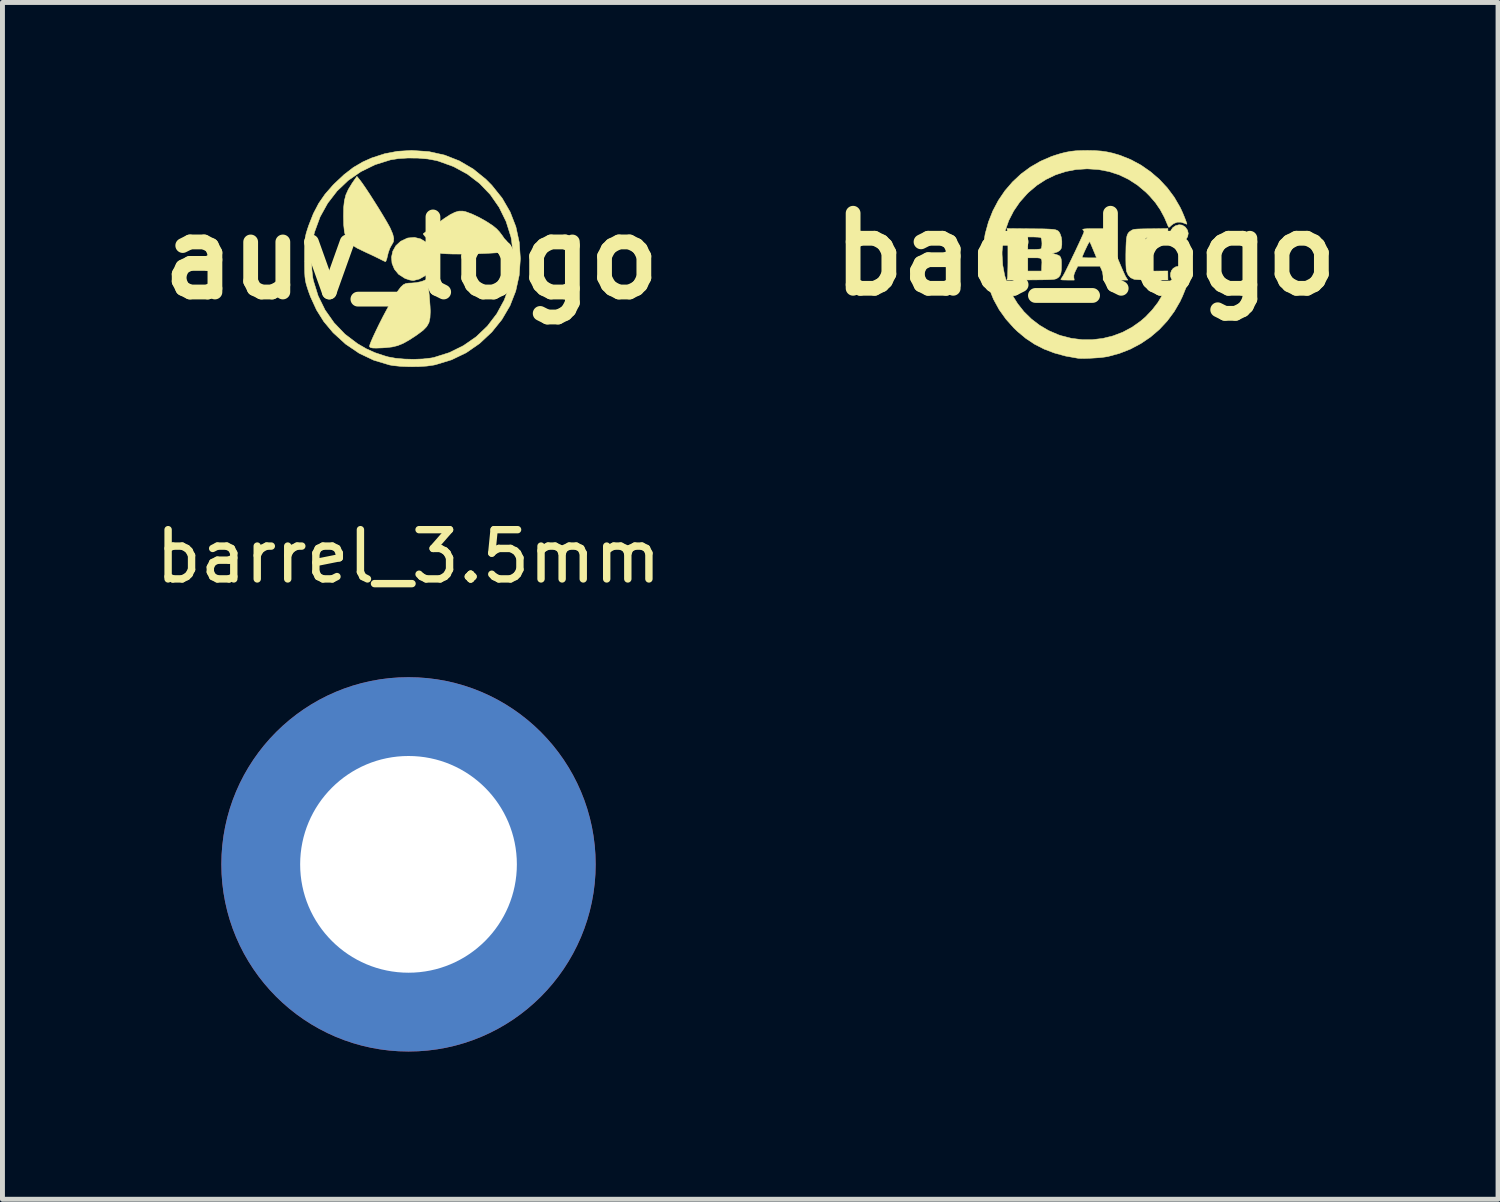
<source format=kicad_pcb>
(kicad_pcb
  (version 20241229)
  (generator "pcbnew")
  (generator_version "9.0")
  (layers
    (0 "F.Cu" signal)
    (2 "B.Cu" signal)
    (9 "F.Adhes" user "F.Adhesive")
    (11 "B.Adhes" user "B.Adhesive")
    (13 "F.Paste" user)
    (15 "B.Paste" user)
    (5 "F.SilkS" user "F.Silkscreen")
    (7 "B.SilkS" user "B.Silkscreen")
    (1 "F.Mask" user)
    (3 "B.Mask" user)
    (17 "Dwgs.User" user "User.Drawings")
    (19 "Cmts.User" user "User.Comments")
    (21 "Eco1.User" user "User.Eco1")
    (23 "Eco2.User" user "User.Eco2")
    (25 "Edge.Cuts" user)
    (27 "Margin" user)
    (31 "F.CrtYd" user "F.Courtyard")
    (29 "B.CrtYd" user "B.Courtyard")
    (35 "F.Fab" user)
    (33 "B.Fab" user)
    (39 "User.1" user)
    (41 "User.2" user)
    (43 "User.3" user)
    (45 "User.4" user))
  (footprint "bac_logo"
    (layer "F.Cu")
    (at 18.988 2.114)
    (property "Reference" "bac_logo" (at 0 0 0) (layer "F.SilkS") (effects (font (size 1.524 1.524) (thickness 0.3))))
    (fp_poly (pts (xy 1.964 -0.594) (xy 2.02 -0.559) (xy 2.031 -0.549) (xy 2.072 -0.49) (xy 2.087 -0.426) (xy 2.075 -0.36) (xy 2.037 -0.298) (xy 2.034 -0.294) (xy 1.984 -0.258) (xy 1.923 -0.242) (xy 1.858 -0.247) (xy 1.81 -0.267) (xy 1.759 -0.313) (xy 1.73 -0.37) (xy 1.723 -0.431) (xy 1.738 -0.491) (xy 1.774 -0.543) (xy 1.831 -0.582) (xy 1.831 -0.582) (xy 1.901 -0.601) (xy 1.964 -0.594)) (stroke (width 0.01) (type solid)) (fill yes) (layer "F.SilkS"))
    (fp_poly (pts (xy 1.971 0.251) (xy 2.024 0.282) (xy 2.061 0.328) (xy 2.083 0.382) (xy 2.086 0.44) (xy 2.071 0.496) (xy 2.036 0.545) (xy 1.984 0.58) (xy 1.936 0.599) (xy 1.9 0.604) (xy 1.864 0.596) (xy 1.841 0.587) (xy 1.783 0.548) (xy 1.745 0.498) (xy 1.727 0.442) (xy 1.728 0.384) (xy 1.746 0.33) (xy 1.782 0.284) (xy 1.834 0.253) (xy 1.901 0.24) (xy 1.905 0.24) (xy 1.971 0.251)) (stroke (width 0.01) (type solid)) (fill yes) (layer "F.SilkS"))
    (fp_poly (pts (xy 1.673 -0.434) (xy 1.672 -0.344) (xy 1.482 -0.35) (xy 1.395 -0.351) (xy 1.324 -0.349) (xy 1.274 -0.345) (xy 1.252 -0.34) (xy 1.214 -0.325) (xy 1.214 -0.001) (xy 1.214 0.115) (xy 1.216 0.207) (xy 1.219 0.275) (xy 1.223 0.317) (xy 1.228 0.332) (xy 1.247 0.335) (xy 1.288 0.337) (xy 1.347 0.339) (xy 1.419 0.34) (xy 1.457 0.339) (xy 1.672 0.338) (xy 1.673 0.43) (xy 1.674 0.522) (xy 1.356 0.521) (xy 1.26 0.52) (xy 1.171 0.517) (xy 1.094 0.515) (xy 1.033 0.511) (xy 0.993 0.507) (xy 0.984 0.505) (xy 0.917 0.474) (xy 0.867 0.42) (xy 0.835 0.348) (xy 0.832 0.335) (xy 0.826 0.288) (xy 0.822 0.215) (xy 0.82 0.117) (xy 0.82 -0.003) (xy 0.821 -0.042) (xy 0.823 -0.157) (xy 0.827 -0.247) (xy 0.833 -0.317) (xy 0.842 -0.369) (xy 0.855 -0.408) (xy 0.873 -0.437) (xy 0.897 -0.461) (xy 0.928 -0.482) (xy 0.929 -0.483) (xy 0.947 -0.493) (xy 0.965 -0.501) (xy 0.988 -0.507) (xy 1.019 -0.511) (xy 1.063 -0.514) (xy 1.123 -0.516) (xy 1.203 -0.518) (xy 1.306 -0.519) (xy 1.327 -0.519) (xy 1.674 -0.524) (xy 1.673 -0.434)) (stroke (width 0.01) (type solid)) (fill yes) (layer "F.SilkS"))
    (fp_poly (pts (xy 0.594 -0.061) (xy 0.64 0.049) (xy 0.684 0.154) (xy 0.724 0.249) (xy 0.76 0.331) (xy 0.789 0.396) (xy 0.811 0.442) (xy 0.822 0.461) (xy 0.86 0.522) (xy 0.36 0.522) (xy 0.359 0.448) (xy 0.348 0.368) (xy 0.326 0.307) (xy 0.295 0.24) (xy -0.155 0.24) (xy -0.199 0.327) (xy -0.224 0.383) (xy -0.236 0.426) (xy -0.236 0.465) (xy -0.236 0.468) (xy -0.228 0.522) (xy -0.369 0.522) (xy -0.435 0.521) (xy -0.476 0.519) (xy -0.497 0.514) (xy -0.499 0.506) (xy -0.499 0.504) (xy -0.485 0.483) (xy -0.462 0.448) (xy -0.451 0.43) (xy -0.436 0.404) (xy -0.411 0.357) (xy -0.379 0.293) (xy -0.342 0.217) (xy -0.3 0.131) (xy -0.264 0.057) (xy -0.066 0.057) (xy -0.059 0.064) (xy -0.038 0.068) (xy 0.002 0.07) (xy 0.065 0.071) (xy 0.076 0.071) (xy 0.226 0.071) (xy 0.204 0.018) (xy 0.188 -0.022) (xy 0.165 -0.076) (xy 0.141 -0.134) (xy 0.138 -0.141) (xy 0.117 -0.192) (xy 0.099 -0.232) (xy 0.087 -0.256) (xy 0.085 -0.258) (xy 0.077 -0.25) (xy 0.059 -0.221) (xy 0.036 -0.177) (xy 0.01 -0.122) (xy -0.018 -0.063) (xy -0.043 -0.005) (xy -0.064 0.046) (xy -0.066 0.057) (xy -0.264 0.057) (xy -0.256 0.039) (xy -0.211 -0.054) (xy -0.168 -0.146) (xy -0.127 -0.233) (xy -0.092 -0.31) (xy -0.062 -0.376) (xy -0.041 -0.424) (xy -0.03 -0.453) (xy -0.028 -0.459) (xy -0.037 -0.483) (xy -0.042 -0.487) (xy -0.056 -0.499) (xy -0.052 -0.508) (xy -0.027 -0.515) (xy 0.02 -0.519) (xy 0.092 -0.522) (xy 0.174 -0.522) (xy 0.405 -0.522) (xy 0.594 -0.061)) (stroke (width 0.01) (type solid)) (fill yes) (layer "F.SilkS"))
    (fp_poly (pts (xy -1.112 -0.519) (xy -0.973 -0.518) (xy -0.86 -0.517) (xy -0.769 -0.514) (xy -0.698 -0.51) (xy -0.644 -0.505) (xy -0.603 -0.497) (xy -0.574 -0.486) (xy -0.552 -0.472) (xy -0.536 -0.454) (xy -0.523 -0.432) (xy -0.512 -0.41) (xy -0.491 -0.348) (xy -0.48 -0.271) (xy -0.48 -0.193) (xy -0.492 -0.124) (xy -0.495 -0.116) (xy -0.521 -0.079) (xy -0.568 -0.049) (xy -0.626 -0.031) (xy -0.66 -0.027) (xy -0.674 -0.024) (xy -0.661 -0.017) (xy -0.621 -0.005) (xy -0.621 -0.005) (xy -0.567 0.012) (xy -0.529 0.03) (xy -0.506 0.057) (xy -0.493 0.096) (xy -0.488 0.154) (xy -0.487 0.223) (xy -0.489 0.312) (xy -0.498 0.378) (xy -0.515 0.426) (xy -0.541 0.461) (xy -0.579 0.488) (xy -0.582 0.49) (xy -0.597 0.497) (xy -0.616 0.502) (xy -0.643 0.507) (xy -0.68 0.51) (xy -0.73 0.513) (xy -0.797 0.515) (xy -0.883 0.517) (xy -0.992 0.518) (xy -1.112 0.519) (xy -1.596 0.524) (xy -1.584 0.484) (xy -1.581 0.459) (xy -1.579 0.41) (xy -1.577 0.341) (xy -1.575 0.257) (xy -1.574 0.162) (xy -1.574 0.071) (xy -1.171 0.071) (xy -1.171 0.339) (xy -0.891 0.339) (xy -0.887 0.232) (xy -0.884 0.162) (xy -0.887 0.117) (xy -0.9 0.089) (xy -0.928 0.076) (xy -0.974 0.071) (xy -1.037 0.071) (xy -1.171 0.071) (xy -1.574 0.071) (xy -1.574 0.06) (xy -1.574 -0.044) (xy -1.574 -0.099) (xy -1.171 -0.099) (xy -1.048 -0.099) (xy -0.989 -0.101) (xy -0.94 -0.105) (xy -0.909 -0.11) (xy -0.903 -0.113) (xy -0.892 -0.134) (xy -0.885 -0.173) (xy -0.883 -0.223) (xy -0.886 -0.273) (xy -0.893 -0.315) (xy -0.904 -0.339) (xy -0.906 -0.341) (xy -0.928 -0.346) (xy -0.97 -0.35) (xy -1.025 -0.352) (xy -1.048 -0.353) (xy -1.171 -0.353) (xy -1.171 -0.099) (xy -1.574 -0.099) (xy -1.574 -0.147) (xy -1.575 -0.243) (xy -1.577 -0.329) (xy -1.579 -0.401) (xy -1.581 -0.453) (xy -1.584 -0.482) (xy -1.584 -0.484) (xy -1.596 -0.524) (xy -1.112 -0.519)) (stroke (width 0.01) (type solid)) (fill yes) (layer "F.SilkS"))
    (fp_poly (pts (xy 0.19 -2.106) (xy 0.319 -2.097) (xy 0.436 -2.08) (xy 0.551 -2.055) (xy 0.671 -2.02) (xy 0.706 -2.009) (xy 0.922 -1.922) (xy 1.128 -1.811) (xy 1.322 -1.676) (xy 1.501 -1.522) (xy 1.662 -1.349) (xy 1.802 -1.161) (xy 1.919 -0.96) (xy 1.923 -0.952) (xy 1.949 -0.898) (xy 1.977 -0.835) (xy 2.004 -0.77) (xy 2.028 -0.709) (xy 2.047 -0.658) (xy 2.058 -0.623) (xy 2.06 -0.613) (xy 2.049 -0.614) (xy 2.023 -0.625) (xy 2.021 -0.626) (xy 1.941 -0.653) (xy 1.863 -0.653) (xy 1.791 -0.625) (xy 1.739 -0.585) (xy 1.711 -0.557) (xy 1.695 -0.548) (xy 1.686 -0.555) (xy 1.68 -0.569) (xy 1.604 -0.748) (xy 1.519 -0.906) (xy 1.421 -1.049) (xy 1.305 -1.183) (xy 1.229 -1.26) (xy 1.058 -1.404) (xy 0.876 -1.522) (xy 0.683 -1.615) (xy 0.479 -1.681) (xy 0.264 -1.722) (xy 0.039 -1.736) (xy 0.03 -1.736) (xy -0.191 -1.722) (xy -0.403 -1.681) (xy -0.607 -1.614) (xy -0.801 -1.521) (xy -0.984 -1.403) (xy -1.154 -1.26) (xy -1.186 -1.228) (xy -1.335 -1.06) (xy -1.458 -0.88) (xy -1.556 -0.689) (xy -1.628 -0.486) (xy -1.673 -0.274) (xy -1.693 -0.051) (xy -1.693 0.001) (xy -1.68 0.218) (xy -1.64 0.429) (xy -1.576 0.632) (xy -1.488 0.823) (xy -1.378 1.001) (xy -1.248 1.165) (xy -1.098 1.312) (xy -0.931 1.44) (xy -0.748 1.548) (xy -0.55 1.633) (xy -0.497 1.651) (xy -0.286 1.705) (xy -0.071 1.732) (xy 0.142 1.732) (xy 0.353 1.707) (xy 0.559 1.656) (xy 0.757 1.581) (xy 0.944 1.481) (xy 1.119 1.357) (xy 1.217 1.273) (xy 1.353 1.131) (xy 1.47 0.98) (xy 1.569 0.815) (xy 1.656 0.631) (xy 1.681 0.566) (xy 1.694 0.533) (xy 1.723 0.57) (xy 1.758 0.604) (xy 1.794 0.629) (xy 1.85 0.646) (xy 1.917 0.65) (xy 1.982 0.642) (xy 2.016 0.629) (xy 2.045 0.616) (xy 2.06 0.612) (xy 2.06 0.613) (xy 2.055 0.636) (xy 2.04 0.678) (xy 2.018 0.734) (xy 1.992 0.798) (xy 1.965 0.863) (xy 1.937 0.922) (xy 1.923 0.953) (xy 1.803 1.16) (xy 1.662 1.351) (xy 1.5 1.525) (xy 1.32 1.679) (xy 1.123 1.812) (xy 0.912 1.924) (xy 0.687 2.012) (xy 0.453 2.075) (xy 0.39 2.085) (xy 0.31 2.095) (xy 0.218 2.102) (xy 0.121 2.108) (xy 0.027 2.112) (xy -0.058 2.113) (xy -0.127 2.112) (xy -0.162 2.108) (xy -0.408 2.064) (xy -0.633 2.002) (xy -0.84 1.923) (xy -1.032 1.825) (xy -1.211 1.706) (xy -1.38 1.565) (xy -1.453 1.495) (xy -1.614 1.315) (xy -1.752 1.122) (xy -1.866 0.914) (xy -1.957 0.689) (xy -2.027 0.448) (xy -2.035 0.413) (xy -2.052 0.314) (xy -2.062 0.195) (xy -2.068 0.064) (xy -2.068 -0.071) (xy -2.062 -0.202) (xy -2.051 -0.322) (xy -2.035 -0.419) (xy -1.969 -0.658) (xy -1.88 -0.883) (xy -1.768 -1.095) (xy -1.635 -1.291) (xy -1.481 -1.47) (xy -1.309 -1.631) (xy -1.119 -1.771) (xy -0.913 -1.89) (xy -0.692 -1.986) (xy -0.606 -2.015) (xy -0.495 -2.049) (xy -0.396 -2.073) (xy -0.299 -2.091) (xy -0.199 -2.102) (xy -0.086 -2.107) (xy 0.042 -2.109) (xy 0.19 -2.106)) (stroke (width 0.01) (type solid)) (fill yes) (layer "F.SilkS")))
  (footprint "barrel_3.5mm"
    (layer "F.Cu")
    (at 5.244 14.499)
    (property "Reference" "barrel_3.5mm" (at 0 -6.25 0) (unlocked yes) (layer "F.SilkS") (effects (font (size 1 1) (thickness 0.15))))
    (attr through_hole)
    (pad "1" thru_hole circle (at 0 0) (size 7.6 7.6) (drill 4.4) (layers "*.Cu" "*.Mask")))
  (footprint "auv_logo"
    (layer "F.Cu")
    (at 5.305 2.189)
    (property "Reference" "auv_logo" (at 0 0 0) (layer "F.SilkS") (effects (font (size 1.524 1.524) (thickness 0.3))))
    (fp_poly (pts (xy 0.184 -0.389) (xy 0.293 -0.323) (xy 0.379 -0.228) (xy 0.436 -0.113) (xy 0.458 0.016) (xy 0.437 0.151) (xy 0.43 0.17) (xy 0.369 0.271) (xy 0.274 0.36) (xy 0.161 0.425) (xy 0.046 0.455) (xy 0.025 0.456) (xy -0.038 0.445) (xy -0.117 0.419) (xy -0.14 0.409) (xy -0.263 0.329) (xy -0.348 0.225) (xy -0.396 0.107) (xy -0.406 -0.018) (xy -0.38 -0.14) (xy -0.318 -0.25) (xy -0.221 -0.34) (xy -0.09 -0.402) (xy -0.075 -0.407) (xy 0.059 -0.419) (xy 0.184 -0.389)) (stroke (width 0.01) (type solid)) (fill yes) (layer "F.SilkS"))
    (fp_poly (pts (xy -1.049 -1.585) (xy -0.999 -1.518) (xy -0.929 -1.416) (xy -0.846 -1.291) (xy -0.757 -1.151) (xy -0.666 -1.007) (xy -0.582 -0.869) (xy -0.509 -0.746) (xy -0.454 -0.649) (xy -0.431 -0.604) (xy -0.381 -0.487) (xy -0.36 -0.4) (xy -0.366 -0.332) (xy -0.399 -0.271) (xy -0.405 -0.263) (xy -0.438 -0.202) (xy -0.47 -0.115) (xy -0.483 -0.062) (xy -0.501 0.013) (xy -0.519 0.062) (xy -0.529 0.073) (xy -0.56 0.061) (xy -0.618 0.032) (xy -0.635 0.023) (xy -0.698 -0.008) (xy -0.791 -0.053) (xy -0.899 -0.103) (xy -0.952 -0.128) (xy -1.098 -0.198) (xy -1.206 -0.264) (xy -1.282 -0.335) (xy -1.333 -0.421) (xy -1.362 -0.53) (xy -1.377 -0.672) (xy -1.381 -0.85) (xy -1.378 -1.025) (xy -1.363 -1.164) (xy -1.333 -1.282) (xy -1.283 -1.393) (xy -1.21 -1.513) (xy -1.194 -1.537) (xy -1.109 -1.659) (xy -1.049 -1.585)) (stroke (width 0.01) (type solid)) (fill yes) (layer "F.SilkS"))
    (fp_poly (pts (xy 1.099 -0.941) (xy 1.231 -0.892) (xy 1.378 -0.822) (xy 1.523 -0.74) (xy 1.65 -0.657) (xy 1.728 -0.593) (xy 1.784 -0.533) (xy 1.844 -0.454) (xy 1.904 -0.366) (xy 1.955 -0.281) (xy 1.992 -0.208) (xy 2.009 -0.158) (xy 2.006 -0.144) (xy 1.969 -0.132) (xy 1.889 -0.12) (xy 1.775 -0.11) (xy 1.635 -0.101) (xy 1.477 -0.093) (xy 1.309 -0.087) (xy 1.141 -0.083) (xy 0.979 -0.081) (xy 0.832 -0.082) (xy 0.709 -0.086) (xy 0.618 -0.092) (xy 0.567 -0.102) (xy 0.566 -0.102) (xy 0.52 -0.138) (xy 0.472 -0.201) (xy 0.46 -0.224) (xy 0.407 -0.303) (xy 0.337 -0.382) (xy 0.312 -0.405) (xy 0.262 -0.453) (xy 0.239 -0.487) (xy 0.241 -0.497) (xy 0.27 -0.516) (xy 0.331 -0.559) (xy 0.415 -0.62) (xy 0.514 -0.694) (xy 0.521 -0.699) (xy 0.669 -0.806) (xy 0.787 -0.882) (xy 0.884 -0.93) (xy 0.965 -0.953) (xy 1.04 -0.953) (xy 1.099 -0.941)) (stroke (width 0.01) (type solid)) (fill yes) (layer "F.SilkS"))
    (fp_poly (pts (xy 0.318 0.438) (xy 0.326 0.47) (xy 0.337 0.541) (xy 0.348 0.64) (xy 0.36 0.754) (xy 0.369 0.871) (xy 0.377 0.981) (xy 0.381 1.071) (xy 0.381 1.094) (xy 0.375 1.216) (xy 0.354 1.311) (xy 0.309 1.391) (xy 0.235 1.467) (xy 0.123 1.551) (xy 0.088 1.576) (xy -0.056 1.669) (xy -0.175 1.735) (xy -0.282 1.778) (xy -0.393 1.805) (xy -0.52 1.819) (xy -0.59 1.824) (xy -0.707 1.828) (xy -0.782 1.827) (xy -0.826 1.82) (xy -0.848 1.805) (xy -0.853 1.796) (xy -0.846 1.761) (xy -0.819 1.69) (xy -0.775 1.59) (xy -0.718 1.469) (xy -0.653 1.335) (xy -0.582 1.195) (xy -0.509 1.058) (xy -0.44 0.932) (xy -0.377 0.824) (xy -0.349 0.779) (xy -0.275 0.666) (xy -0.217 0.589) (xy -0.168 0.543) (xy -0.117 0.518) (xy -0.057 0.509) (xy -0.007 0.508) (xy 0.091 0.5) (xy 0.186 0.481) (xy 0.221 0.47) (xy 0.28 0.447) (xy 0.315 0.437) (xy 0.318 0.438)) (stroke (width 0.01) (type solid)) (fill yes) (layer "F.SilkS"))
    (fp_poly (pts (xy 0.352 -2.161) (xy 0.672 -2.09) (xy 0.972 -1.972) (xy 1.252 -1.808) (xy 1.511 -1.598) (xy 1.63 -1.478) (xy 1.84 -1.216) (xy 2.003 -0.935) (xy 2.119 -0.635) (xy 2.188 -0.316) (xy 2.21 0.013) (xy 2.186 0.351) (xy 2.116 0.67) (xy 1.999 0.969) (xy 1.834 1.25) (xy 1.63 1.503) (xy 1.382 1.735) (xy 1.11 1.923) (xy 0.813 2.066) (xy 0.492 2.164) (xy 0.452 2.173) (xy 0.314 2.193) (xy 0.144 2.204) (xy -0.039 2.206) (xy -0.219 2.199) (xy -0.376 2.183) (xy -0.448 2.17) (xy -0.765 2.075) (xy -1.062 1.934) (xy -1.338 1.747) (xy -1.589 1.518) (xy -1.594 1.513) (xy -1.78 1.291) (xy -1.929 1.053) (xy -2.051 0.786) (xy -2.088 0.686) (xy -2.118 0.596) (xy -2.14 0.522) (xy -2.155 0.453) (xy -2.164 0.378) (xy -2.169 0.285) (xy -2.171 0.163) (xy -2.171 0.063) (xy -2.03 0.063) (xy -2.022 0.243) (xy -2.004 0.399) (xy -1.993 0.457) (xy -1.896 0.768) (xy -1.755 1.055) (xy -1.572 1.315) (xy -1.352 1.545) (xy -1.099 1.737) (xy -0.923 1.84) (xy -0.744 1.921) (xy -0.541 1.988) (xy -0.47 2.008) (xy -0.323 2.035) (xy -0.145 2.051) (xy 0.047 2.056) (xy 0.233 2.049) (xy 0.397 2.03) (xy 0.454 2.019) (xy 0.768 1.92) (xy 1.055 1.778) (xy 1.314 1.598) (xy 1.54 1.382) (xy 1.731 1.132) (xy 1.883 0.853) (xy 1.995 0.546) (xy 2.019 0.454) (xy 2.041 0.318) (xy 2.053 0.15) (xy 2.055 -0.032) (xy 2.048 -0.209) (xy 2.031 -0.364) (xy 2.019 -0.429) (xy 1.92 -0.743) (xy 1.779 -1.03) (xy 1.599 -1.289) (xy 1.383 -1.514) (xy 1.133 -1.705) (xy 0.853 -1.857) (xy 0.546 -1.968) (xy 0.498 -1.981) (xy 0.329 -2.012) (xy 0.132 -2.029) (xy -0.073 -2.031) (xy -0.267 -2.019) (xy -0.429 -1.993) (xy -0.741 -1.895) (xy -1.028 -1.754) (xy -1.286 -1.575) (xy -1.512 -1.36) (xy -1.703 -1.112) (xy -1.856 -0.836) (xy -1.967 -0.533) (xy -1.993 -0.432) (xy -2.015 -0.292) (xy -2.028 -0.121) (xy -2.03 0.063) (xy -2.171 0.063) (xy -2.171 0.013) (xy -2.171 -0.146) (xy -2.169 -0.266) (xy -2.164 -0.357) (xy -2.154 -0.432) (xy -2.139 -0.501) (xy -2.116 -0.575) (xy -2.088 -0.66) (xy -1.993 -0.902) (xy -1.885 -1.109) (xy -1.755 -1.297) (xy -1.593 -1.482) (xy -1.562 -1.513) (xy -1.368 -1.695) (xy -1.181 -1.839) (xy -0.99 -1.951) (xy -0.806 -2.033) (xy -0.544 -2.118) (xy -0.287 -2.167) (xy -0.011 -2.184) (xy 0.013 -2.184) (xy 0.352 -2.161)) (stroke (width 0.01) (type solid)) (fill yes) (layer "F.SilkS")))
  (gr_rect
    (start -3 -3)
    (end 27.365 21.299)
    (stroke (width 0.1) (type default))
    (fill no)
    (layer "Edge.Cuts")))
</source>
